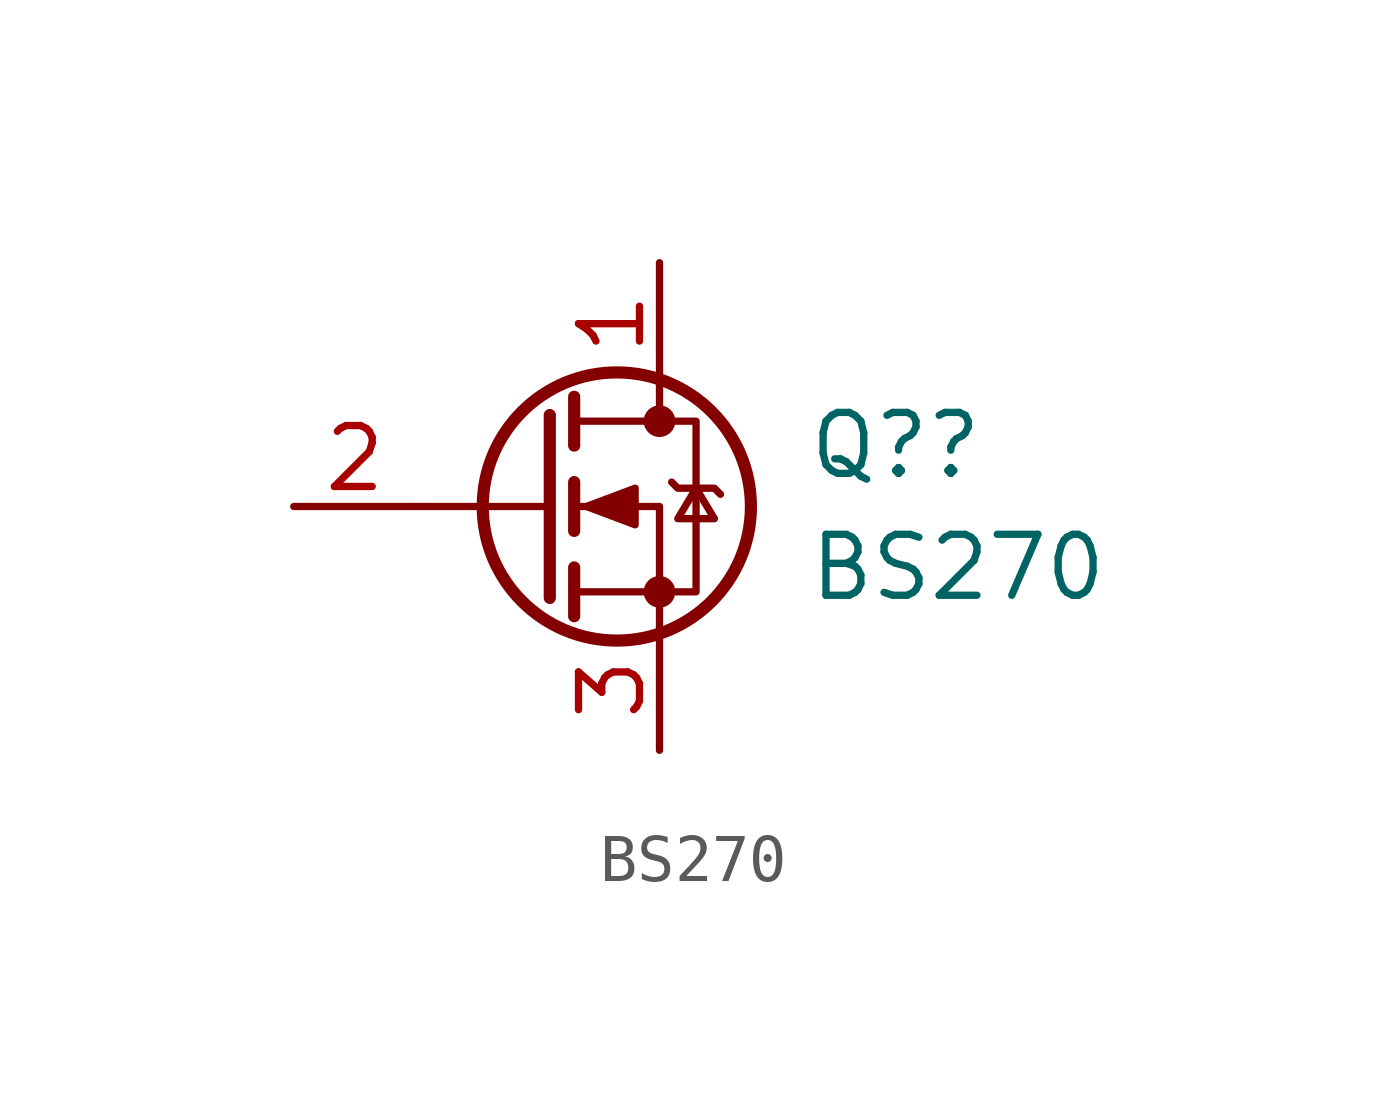
<source format=kicad_sym>
(kicad_symbol_lib
  (version 20211014)
  (generator kicad_symbol_editor)
  (symbol "BS270"
    (pin_names hide)
    (property "Reference" "Q?"
      (at 5.607 1.27 0)
      (effects (font (size 1.27 1.27)) (justify left)))
    (property "Value" "BS270"
      (at 5.607 -1.27 0)
      (effects (font (size 1.27 1.27)) (justify left)))
    (symbol "BS270_0_1"
      (polyline (pts (xy 0.254 0) (xy -2.54 0)) (stroke (width 0) (type default) (color 0 0 0 0)) (fill (type none)))
      (polyline (pts (xy 0.254 1.905) (xy 0.254 -1.905)) (stroke (width 0.254) (type default) (color 0 0 0 0)) (fill (type none)))
      (polyline (pts (xy 0.762 -1.27) (xy 0.762 -2.286)) (stroke (width 0.254) (type default) (color 0 0 0 0)) (fill (type none)))
      (polyline (pts (xy 0.762 0.508) (xy 0.762 -0.508)) (stroke (width 0.254) (type default) (color 0 0 0 0)) (fill (type none)))
      (polyline (pts (xy 0.762 2.286) (xy 0.762 1.27)) (stroke (width 0.254) (type default) (color 0 0 0 0)) (fill (type none)))
      (polyline (pts (xy 2.54 2.54) (xy 2.54 1.778)) (stroke (width 0) (type default) (color 0 0 0 0)) (fill (type none)))
      (polyline (pts (xy 2.54 -2.54) (xy 2.54 0) (xy 0.762 0)) (stroke (width 0) (type default) (color 0 0 0 0)) (fill (type none)))
      (polyline (pts (xy 0.762 -1.778) (xy 3.302 -1.778) (xy 3.302 1.778) (xy 0.762 1.778)) (stroke (width 0) (type default) (color 0 0 0 0)) (fill (type none)))
      (polyline (pts (xy 1.016 0) (xy 2.032 0.381) (xy 2.032 -0.381) (xy 1.016 0)) (stroke (width 0) (type default) (color 0 0 0 0)) (fill (type outline)))
      (polyline (pts (xy 2.794 0.508) (xy 2.921 0.381) (xy 3.683 0.381) (xy 3.81 0.254)) (stroke (width 0) (type default) (color 0 0 0 0)) (fill (type none)))
      (polyline (pts (xy 3.302 0.381) (xy 2.921 -0.254) (xy 3.683 -0.254) (xy 3.302 0.381)) (stroke (width 0) (type default) (color 0 0 0 0)) (fill (type none)))
      (circle (center 1.651 0) (radius 2.794) (stroke (width 0.254) (type default) (color 0 0 0 0)) (fill (type none)))
      (circle (center 2.54 -1.778) (radius 0.254) (stroke (width 0) (type default) (color 0 0 0 0)) (fill (type outline)))
      (circle (center 2.54 1.778) (radius 0.254) (stroke (width 0) (type default) (color 0 0 0 0)) (fill (type outline))))
    (symbol "BS270_1_1"
      (pin passive line (at 2.54 5.08 270) (length 2.54) (name "D" (effects (font (size 1.27 1.27)))) (number "1" (effects (font (size 1.27 1.27)))))
      (pin input line (at -5.08 0 0) (length 2.54) (name "G" (effects (font (size 1.27 1.27)))) (number "2" (effects (font (size 1.27 1.27)))))
      (pin passive line (at 2.54 -5.08 90) (length 2.54) (name "S" (effects (font (size 1.27 1.27)))) (number "3" (effects (font (size 1.27 1.27))))))))
</source>
